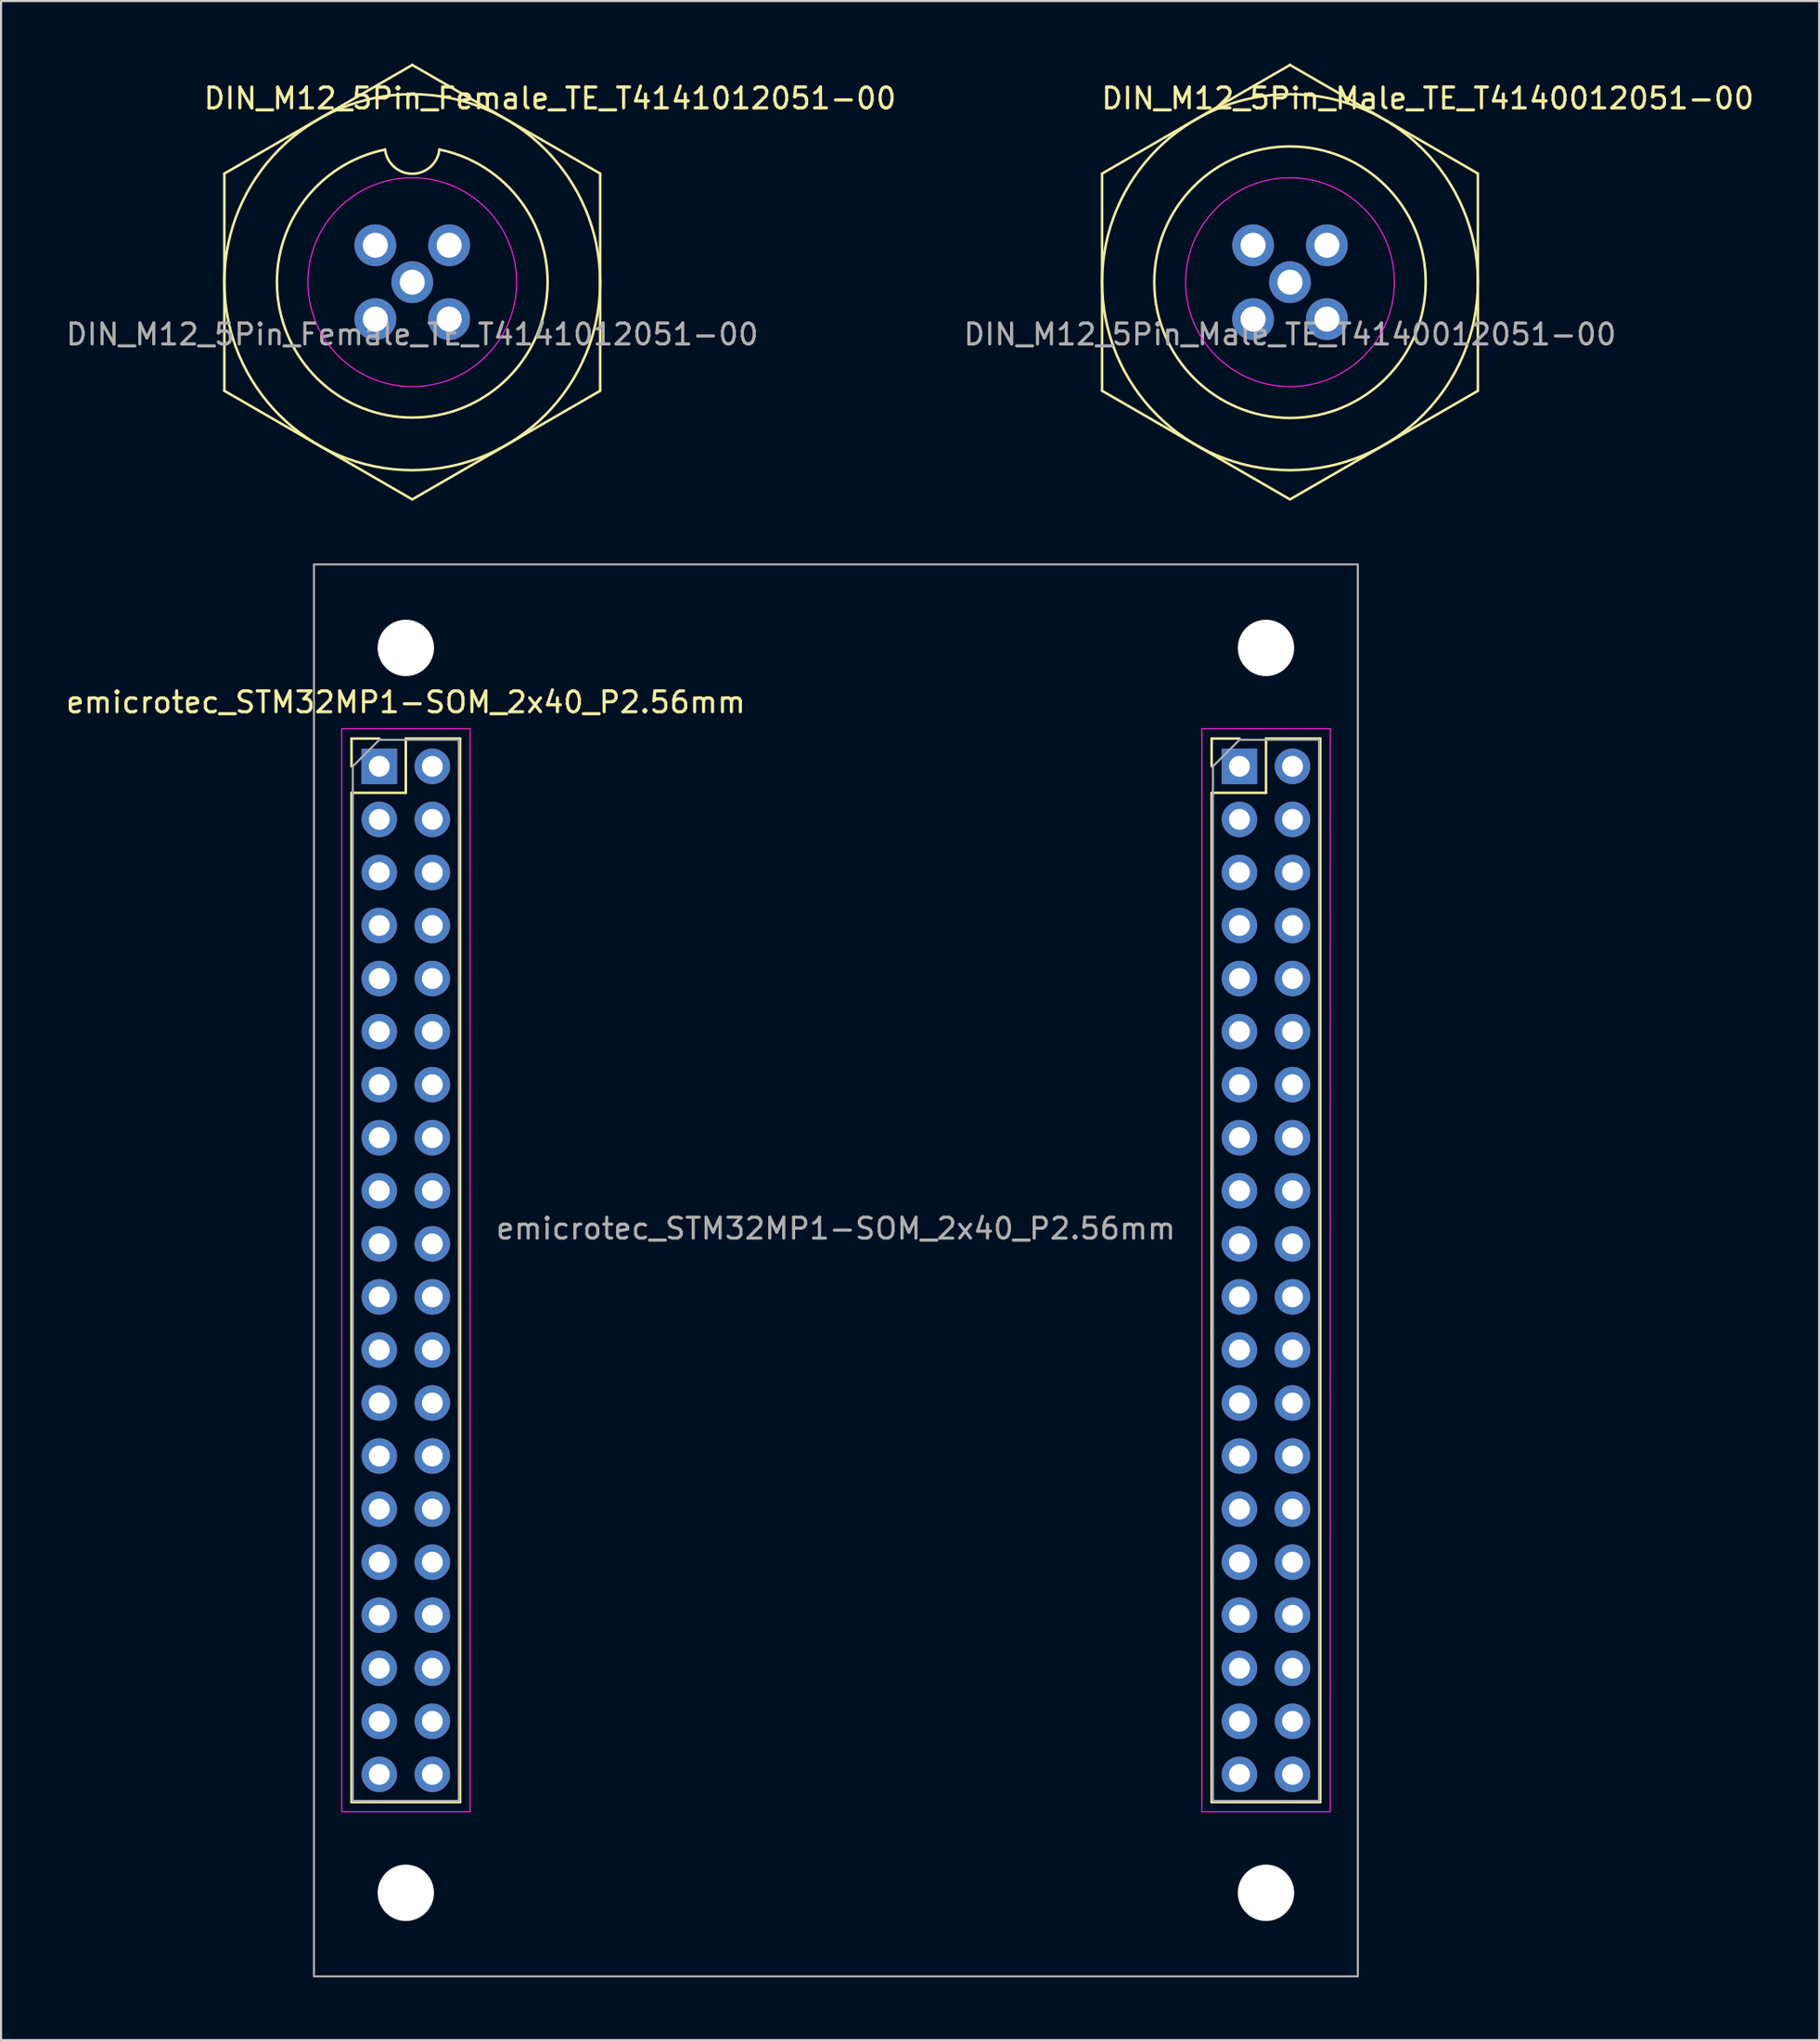
<source format=kicad_pcb>
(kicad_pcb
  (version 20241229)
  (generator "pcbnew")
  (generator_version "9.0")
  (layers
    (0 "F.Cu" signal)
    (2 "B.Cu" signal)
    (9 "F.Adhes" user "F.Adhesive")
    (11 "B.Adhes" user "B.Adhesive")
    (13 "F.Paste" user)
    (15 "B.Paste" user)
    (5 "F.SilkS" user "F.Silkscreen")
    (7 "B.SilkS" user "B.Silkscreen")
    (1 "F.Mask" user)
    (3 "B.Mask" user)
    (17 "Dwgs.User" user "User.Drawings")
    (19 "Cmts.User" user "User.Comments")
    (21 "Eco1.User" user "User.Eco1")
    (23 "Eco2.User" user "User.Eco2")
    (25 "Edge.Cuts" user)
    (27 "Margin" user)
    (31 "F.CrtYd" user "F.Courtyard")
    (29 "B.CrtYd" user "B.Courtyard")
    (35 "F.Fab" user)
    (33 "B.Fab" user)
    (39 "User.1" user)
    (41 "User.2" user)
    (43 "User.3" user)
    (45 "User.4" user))
  (footprint "emicrotec_STM32MP1-SOM_2x40_P2.56mm"
    (layer "F.Cu")
    (at 36.987 57.77)
    (property "Reference" "emicrotec_STM32MP1-SOM_2x40_P2.56mm" (at -20.6 -27.2 0) (layer "F.SilkS") (effects (font (size 1 1) (thickness 0.15))))
    (attr through_hole)
    (fp_line (start -23.2 -25.46) (end -21.87 -25.46) (stroke (width 0.12) (type solid)) (layer "F.SilkS"))
    (fp_line (start -23.2 -24.13) (end -23.2 -25.46) (stroke (width 0.12) (type solid)) (layer "F.SilkS"))
    (fp_line (start -23.2 -22.86) (end -23.2 25.46) (stroke (width 0.12) (type solid)) (layer "F.SilkS"))
    (fp_line (start -23.2 -22.86) (end -20.6 -22.86) (stroke (width 0.12) (type solid)) (layer "F.SilkS"))
    (fp_line (start -23.2 25.46) (end -18 25.46) (stroke (width 0.12) (type solid)) (layer "F.SilkS"))
    (fp_line (start -20.6 -25.46) (end -18 -25.46) (stroke (width 0.12) (type solid)) (layer "F.SilkS"))
    (fp_line (start -20.6 -22.86) (end -20.6 -25.46) (stroke (width 0.12) (type solid)) (layer "F.SilkS"))
    (fp_line (start -18 -25.46) (end -18 25.46) (stroke (width 0.12) (type solid)) (layer "F.SilkS"))
    (fp_line (start 18 -25.46) (end 19.33 -25.46) (stroke (width 0.12) (type solid)) (layer "F.SilkS"))
    (fp_line (start 18 -24.13) (end 18 -25.46) (stroke (width 0.12) (type solid)) (layer "F.SilkS"))
    (fp_line (start 18 -22.86) (end 18 25.46) (stroke (width 0.12) (type solid)) (layer "F.SilkS"))
    (fp_line (start 18 -22.86) (end 20.6 -22.86) (stroke (width 0.12) (type solid)) (layer "F.SilkS"))
    (fp_line (start 18 25.46) (end 23.2 25.46) (stroke (width 0.12) (type solid)) (layer "F.SilkS"))
    (fp_line (start 20.6 -25.46) (end 23.2 -25.46) (stroke (width 0.12) (type solid)) (layer "F.SilkS"))
    (fp_line (start 20.6 -22.86) (end 20.6 -25.46) (stroke (width 0.12) (type solid)) (layer "F.SilkS"))
    (fp_line (start 23.2 -25.46) (end 23.2 25.46) (stroke (width 0.12) (type solid)) (layer "F.SilkS"))
    (fp_line (start -23.67 -25.93) (end -23.67 25.92) (stroke (width 0.05) (type solid)) (layer "F.CrtYd"))
    (fp_line (start -23.67 25.92) (end -17.52 25.92) (stroke (width 0.05) (type solid)) (layer "F.CrtYd"))
    (fp_line (start -17.52 -25.93) (end -23.67 -25.93) (stroke (width 0.05) (type solid)) (layer "F.CrtYd"))
    (fp_line (start -17.52 25.92) (end -17.52 -25.93) (stroke (width 0.05) (type solid)) (layer "F.CrtYd"))
    (fp_line (start 17.53 -25.93) (end 17.53 25.92) (stroke (width 0.05) (type solid)) (layer "F.CrtYd"))
    (fp_line (start 17.53 25.92) (end 23.68 25.92) (stroke (width 0.05) (type solid)) (layer "F.CrtYd"))
    (fp_line (start 23.68 -25.93) (end 17.53 -25.93) (stroke (width 0.05) (type solid)) (layer "F.CrtYd"))
    (fp_line (start 23.68 25.92) (end 23.68 -25.93) (stroke (width 0.05) (type solid)) (layer "F.CrtYd"))
    (fp_line (start -23.14 -24.13) (end -21.87 -25.4) (stroke (width 0.1) (type solid)) (layer "F.Fab"))
    (fp_line (start -23.14 25.4) (end -23.14 -24.13) (stroke (width 0.1) (type solid)) (layer "F.Fab"))
    (fp_line (start -21.87 -25.4) (end -18.06 -25.4) (stroke (width 0.1) (type solid)) (layer "F.Fab"))
    (fp_line (start -18.06 -25.4) (end -18.06 25.4) (stroke (width 0.1) (type solid)) (layer "F.Fab"))
    (fp_line (start -18.06 25.4) (end -23.14 25.4) (stroke (width 0.1) (type solid)) (layer "F.Fab"))
    (fp_line (start 18.06 -24.13) (end 19.33 -25.4) (stroke (width 0.1) (type solid)) (layer "F.Fab"))
    (fp_line (start 18.06 25.4) (end 18.06 -24.13) (stroke (width 0.1) (type solid)) (layer "F.Fab"))
    (fp_line (start 19.33 -25.4) (end 23.14 -25.4) (stroke (width 0.1) (type solid)) (layer "F.Fab"))
    (fp_line (start 23.14 -25.4) (end 23.14 25.4) (stroke (width 0.1) (type solid)) (layer "F.Fab"))
    (fp_line (start 23.14 25.4) (end 18.06 25.4) (stroke (width 0.1) (type solid)) (layer "F.Fab"))
    (fp_rect (start -25 -33.8) (end 25 33.8) (stroke (width 0.1) (type solid)) (fill no) (layer "F.Fab"))
    (fp_text user "${REFERENCE}" (at 0 -2 180) (layer "F.Fab") (effects (font (size 1 1) (thickness 0.15))))
    (pad "" np_thru_hole circle (at -20.6 -29.8) (size 2.7 2.7) (drill 2.7) (layers "*.Cu" "*.Mask"))
    (pad "" np_thru_hole circle (at -20.6 29.8) (size 2.7 2.7) (drill 2.7) (layers "*.Cu" "*.Mask"))
    (pad "" np_thru_hole circle (at 20.6 -29.8) (size 2.7 2.7) (drill 2.7) (layers "*.Cu" "*.Mask"))
    (pad "" np_thru_hole circle (at 20.6 29.8) (size 2.7 2.7) (drill 2.7) (layers "*.Cu" "*.Mask"))
    (pad "1" thru_hole rect (at -21.87 -24.13) (size 1.7 1.7) (drill 1) (layers "*.Cu" "*.Mask"))
    (pad "2" thru_hole oval (at -19.33 -24.13) (size 1.7 1.7) (drill 1) (layers "*.Cu" "*.Mask"))
    (pad "3" thru_hole oval (at -21.87 -21.59) (size 1.7 1.7) (drill 1) (layers "*.Cu" "*.Mask"))
    (pad "4" thru_hole oval (at -19.33 -21.59) (size 1.7 1.7) (drill 1) (layers "*.Cu" "*.Mask"))
    (pad "5" thru_hole oval (at -21.87 -19.05) (size 1.7 1.7) (drill 1) (layers "*.Cu" "*.Mask"))
    (pad "6" thru_hole oval (at -19.33 -19.05) (size 1.7 1.7) (drill 1) (layers "*.Cu" "*.Mask"))
    (pad "7" thru_hole oval (at -21.87 -16.51) (size 1.7 1.7) (drill 1) (layers "*.Cu" "*.Mask"))
    (pad "8" thru_hole oval (at -19.33 -16.51) (size 1.7 1.7) (drill 1) (layers "*.Cu" "*.Mask"))
    (pad "9" thru_hole oval (at -21.87 -13.97) (size 1.7 1.7) (drill 1) (layers "*.Cu" "*.Mask"))
    (pad "10" thru_hole oval (at -19.33 -13.97) (size 1.7 1.7) (drill 1) (layers "*.Cu" "*.Mask"))
    (pad "11" thru_hole oval (at -21.87 -11.43) (size 1.7 1.7) (drill 1) (layers "*.Cu" "*.Mask"))
    (pad "12" thru_hole oval (at -19.33 -11.43) (size 1.7 1.7) (drill 1) (layers "*.Cu" "*.Mask"))
    (pad "13" thru_hole oval (at -21.87 -8.89) (size 1.7 1.7) (drill 1) (layers "*.Cu" "*.Mask"))
    (pad "14" thru_hole oval (at -19.33 -8.89) (size 1.7 1.7) (drill 1) (layers "*.Cu" "*.Mask"))
    (pad "15" thru_hole oval (at -21.87 -6.35) (size 1.7 1.7) (drill 1) (layers "*.Cu" "*.Mask"))
    (pad "16" thru_hole oval (at -19.33 -6.35) (size 1.7 1.7) (drill 1) (layers "*.Cu" "*.Mask"))
    (pad "17" thru_hole oval (at -21.87 -3.81) (size 1.7 1.7) (drill 1) (layers "*.Cu" "*.Mask"))
    (pad "18" thru_hole oval (at -19.33 -3.81) (size 1.7 1.7) (drill 1) (layers "*.Cu" "*.Mask"))
    (pad "19" thru_hole oval (at -21.87 -1.27) (size 1.7 1.7) (drill 1) (layers "*.Cu" "*.Mask"))
    (pad "20" thru_hole oval (at -19.33 -1.27) (size 1.7 1.7) (drill 1) (layers "*.Cu" "*.Mask"))
    (pad "21" thru_hole oval (at -21.87 1.27) (size 1.7 1.7) (drill 1) (layers "*.Cu" "*.Mask"))
    (pad "22" thru_hole oval (at -19.33 1.27) (size 1.7 1.7) (drill 1) (layers "*.Cu" "*.Mask"))
    (pad "23" thru_hole oval (at -21.87 3.81) (size 1.7 1.7) (drill 1) (layers "*.Cu" "*.Mask"))
    (pad "24" thru_hole oval (at -19.33 3.81) (size 1.7 1.7) (drill 1) (layers "*.Cu" "*.Mask"))
    (pad "25" thru_hole oval (at -21.87 6.35) (size 1.7 1.7) (drill 1) (layers "*.Cu" "*.Mask"))
    (pad "26" thru_hole oval (at -19.33 6.35) (size 1.7 1.7) (drill 1) (layers "*.Cu" "*.Mask"))
    (pad "27" thru_hole oval (at -21.87 8.89) (size 1.7 1.7) (drill 1) (layers "*.Cu" "*.Mask"))
    (pad "28" thru_hole oval (at -19.33 8.89) (size 1.7 1.7) (drill 1) (layers "*.Cu" "*.Mask"))
    (pad "29" thru_hole oval (at -21.87 11.43) (size 1.7 1.7) (drill 1) (layers "*.Cu" "*.Mask"))
    (pad "30" thru_hole oval (at -19.33 11.43) (size 1.7 1.7) (drill 1) (layers "*.Cu" "*.Mask"))
    (pad "31" thru_hole oval (at -21.87 13.97) (size 1.7 1.7) (drill 1) (layers "*.Cu" "*.Mask"))
    (pad "32" thru_hole oval (at -19.33 13.97) (size 1.7 1.7) (drill 1) (layers "*.Cu" "*.Mask"))
    (pad "33" thru_hole oval (at -21.87 16.51) (size 1.7 1.7) (drill 1) (layers "*.Cu" "*.Mask"))
    (pad "34" thru_hole oval (at -19.33 16.51) (size 1.7 1.7) (drill 1) (layers "*.Cu" "*.Mask"))
    (pad "35" thru_hole oval (at -21.87 19.05) (size 1.7 1.7) (drill 1) (layers "*.Cu" "*.Mask"))
    (pad "36" thru_hole oval (at -19.33 19.05) (size 1.7 1.7) (drill 1) (layers "*.Cu" "*.Mask"))
    (pad "37" thru_hole oval (at -21.87 21.59) (size 1.7 1.7) (drill 1) (layers "*.Cu" "*.Mask"))
    (pad "38" thru_hole oval (at -19.33 21.59) (size 1.7 1.7) (drill 1) (layers "*.Cu" "*.Mask"))
    (pad "39" thru_hole oval (at -21.87 24.13) (size 1.7 1.7) (drill 1) (layers "*.Cu" "*.Mask"))
    (pad "40" thru_hole oval (at -19.33 24.13) (size 1.7 1.7) (drill 1) (layers "*.Cu" "*.Mask"))
    (pad "41" thru_hole rect (at 19.33 -24.13) (size 1.7 1.7) (drill 1) (layers "*.Cu" "*.Mask"))
    (pad "42" thru_hole oval (at 21.87 -24.13) (size 1.7 1.7) (drill 1) (layers "*.Cu" "*.Mask"))
    (pad "43" thru_hole oval (at 19.33 -21.59) (size 1.7 1.7) (drill 1) (layers "*.Cu" "*.Mask"))
    (pad "44" thru_hole oval (at 21.87 -21.59) (size 1.7 1.7) (drill 1) (layers "*.Cu" "*.Mask"))
    (pad "45" thru_hole oval (at 19.33 -19.05) (size 1.7 1.7) (drill 1) (layers "*.Cu" "*.Mask"))
    (pad "46" thru_hole oval (at 21.87 -19.05) (size 1.7 1.7) (drill 1) (layers "*.Cu" "*.Mask"))
    (pad "47" thru_hole oval (at 19.33 -16.51) (size 1.7 1.7) (drill 1) (layers "*.Cu" "*.Mask"))
    (pad "48" thru_hole oval (at 21.87 -16.51) (size 1.7 1.7) (drill 1) (layers "*.Cu" "*.Mask"))
    (pad "49" thru_hole oval (at 19.33 -13.97) (size 1.7 1.7) (drill 1) (layers "*.Cu" "*.Mask"))
    (pad "50" thru_hole oval (at 21.87 -13.97) (size 1.7 1.7) (drill 1) (layers "*.Cu" "*.Mask"))
    (pad "51" thru_hole oval (at 19.33 -11.43) (size 1.7 1.7) (drill 1) (layers "*.Cu" "*.Mask"))
    (pad "52" thru_hole oval (at 21.87 -11.43) (size 1.7 1.7) (drill 1) (layers "*.Cu" "*.Mask"))
    (pad "53" thru_hole oval (at 19.33 -8.89) (size 1.7 1.7) (drill 1) (layers "*.Cu" "*.Mask"))
    (pad "54" thru_hole oval (at 21.87 -8.89) (size 1.7 1.7) (drill 1) (layers "*.Cu" "*.Mask"))
    (pad "55" thru_hole oval (at 19.33 -6.35) (size 1.7 1.7) (drill 1) (layers "*.Cu" "*.Mask"))
    (pad "56" thru_hole oval (at 21.87 -6.35) (size 1.7 1.7) (drill 1) (layers "*.Cu" "*.Mask"))
    (pad "57" thru_hole oval (at 19.33 -3.81) (size 1.7 1.7) (drill 1) (layers "*.Cu" "*.Mask"))
    (pad "58" thru_hole oval (at 21.87 -3.81) (size 1.7 1.7) (drill 1) (layers "*.Cu" "*.Mask"))
    (pad "59" thru_hole oval (at 19.33 -1.27) (size 1.7 1.7) (drill 1) (layers "*.Cu" "*.Mask"))
    (pad "60" thru_hole oval (at 21.87 -1.27) (size 1.7 1.7) (drill 1) (layers "*.Cu" "*.Mask"))
    (pad "61" thru_hole oval (at 19.33 1.27) (size 1.7 1.7) (drill 1) (layers "*.Cu" "*.Mask"))
    (pad "62" thru_hole oval (at 21.87 1.27) (size 1.7 1.7) (drill 1) (layers "*.Cu" "*.Mask"))
    (pad "63" thru_hole oval (at 19.33 3.81) (size 1.7 1.7) (drill 1) (layers "*.Cu" "*.Mask"))
    (pad "64" thru_hole oval (at 21.87 3.81) (size 1.7 1.7) (drill 1) (layers "*.Cu" "*.Mask"))
    (pad "65" thru_hole oval (at 19.33 6.35) (size 1.7 1.7) (drill 1) (layers "*.Cu" "*.Mask"))
    (pad "66" thru_hole oval (at 21.87 6.35) (size 1.7 1.7) (drill 1) (layers "*.Cu" "*.Mask"))
    (pad "67" thru_hole oval (at 19.33 8.89) (size 1.7 1.7) (drill 1) (layers "*.Cu" "*.Mask"))
    (pad "68" thru_hole oval (at 21.87 8.89) (size 1.7 1.7) (drill 1) (layers "*.Cu" "*.Mask"))
    (pad "69" thru_hole oval (at 19.33 11.43) (size 1.7 1.7) (drill 1) (layers "*.Cu" "*.Mask"))
    (pad "70" thru_hole oval (at 21.87 11.43) (size 1.7 1.7) (drill 1) (layers "*.Cu" "*.Mask"))
    (pad "71" thru_hole oval (at 19.33 13.97) (size 1.7 1.7) (drill 1) (layers "*.Cu" "*.Mask"))
    (pad "72" thru_hole oval (at 21.87 13.97) (size 1.7 1.7) (drill 1) (layers "*.Cu" "*.Mask"))
    (pad "73" thru_hole oval (at 19.33 16.51) (size 1.7 1.7) (drill 1) (layers "*.Cu" "*.Mask"))
    (pad "74" thru_hole oval (at 21.87 16.51) (size 1.7 1.7) (drill 1) (layers "*.Cu" "*.Mask"))
    (pad "75" thru_hole oval (at 19.33 19.05) (size 1.7 1.7) (drill 1) (layers "*.Cu" "*.Mask"))
    (pad "76" thru_hole oval (at 21.87 19.05) (size 1.7 1.7) (drill 1) (layers "*.Cu" "*.Mask"))
    (pad "77" thru_hole oval (at 19.33 21.59) (size 1.7 1.7) (drill 1) (layers "*.Cu" "*.Mask"))
    (pad "78" thru_hole oval (at 21.87 21.59) (size 1.7 1.7) (drill 1) (layers "*.Cu" "*.Mask"))
    (pad "79" thru_hole oval (at 19.33 24.13) (size 1.7 1.7) (drill 1) (layers "*.Cu" "*.Mask"))
    (pad "80" thru_hole oval (at 21.87 24.13) (size 1.7 1.7) (drill 1) (layers "*.Cu" "*.Mask")))
  (footprint "DIN_M12_5Pin_Female_TE_T4141012051-00"
    (layer "F.Cu")
    (at 16.696 10.46)
    (property "Reference" "DIN_M12_5Pin_Female_TE_T4141012051-00" (at 6.6 -8.8 0) (unlocked yes) (layer "F.SilkS") (effects (font (size 1 1) (thickness 0.15))))
    (attr through_hole)
    (fp_line (start -9 -5.2) (end -9 5.2) (stroke (width 0.12) (type default)) (layer "F.SilkS"))
    (fp_line (start -9 5.2) (end 0 10.4) (stroke (width 0.12) (type default)) (layer "F.SilkS"))
    (fp_line (start 0 -10.4) (end -9 -5.2) (stroke (width 0.12) (type default)) (layer "F.SilkS"))
    (fp_line (start 0 10.4) (end 9 5.2) (stroke (width 0.12) (type default)) (layer "F.SilkS"))
    (fp_line (start 9 -5.2) (end 0 -10.4) (stroke (width 0.12) (type default)) (layer "F.SilkS"))
    (fp_line (start 9 0) (end 9 -5.2) (stroke (width 0.12) (type default)) (layer "F.SilkS"))
    (fp_line (start 9 5.2) (end 9 0) (stroke (width 0.12) (type default)) (layer "F.SilkS"))
    (fp_arc (start 1.3 -6.35) (mid 0 -5.191375) (end -1.3 -6.35) (stroke (width 0.12) (type default)) (layer "F.SilkS"))
    (fp_arc (start 1.3 -6.35) (mid 0 6.481705) (end -1.3 -6.35) (stroke (width 0.12) (type default)) (layer "F.SilkS"))
    (fp_circle (center 0 0) (end 9 0) (stroke (width 0.12) (type default)) (fill no) (layer "F.SilkS"))
    (fp_circle (center 0 0) (end 5 0) (stroke (width 0.05) (type default)) (fill no) (layer "F.CrtYd"))
    (fp_text user "${REFERENCE}" (at 0 2.5 0) (unlocked yes) (layer "F.Fab") (effects (font (size 1 1) (thickness 0.15))))
    (pad "1" thru_hole circle (at -1.768 -1.768) (size 2 2) (drill 1.2) (layers "*.Cu" "*.Mask"))
    (pad "2" thru_hole circle (at 1.768 -1.768) (size 2 2) (drill 1.2) (layers "*.Cu" "*.Mask"))
    (pad "3" thru_hole circle (at 1.768 1.768) (size 2 2) (drill 1.2) (layers "*.Cu" "*.Mask"))
    (pad "4" thru_hole circle (at -1.768 1.768) (size 2 2) (drill 1.2) (layers "*.Cu" "*.Mask"))
    (pad "5" thru_hole circle (at 0 0) (size 2 2) (drill 1.2) (layers "*.Cu" "*.Mask")))
  (footprint "DIN_M12_5Pin_Male_TE_T4140012051-00"
    (layer "F.Cu")
    (at 58.737 10.46)
    (property "Reference" "DIN_M12_5Pin_Male_TE_T4140012051-00" (at 6.6 -8.8 0) (unlocked yes) (layer "F.SilkS") (effects (font (size 1 1) (thickness 0.15))))
    (attr through_hole)
    (fp_line (start -9 -5.2) (end -9 5.2) (stroke (width 0.12) (type default)) (layer "F.SilkS"))
    (fp_line (start -9 5.2) (end 0 10.4) (stroke (width 0.12) (type default)) (layer "F.SilkS"))
    (fp_line (start 0 -10.4) (end -9 -5.2) (stroke (width 0.12) (type default)) (layer "F.SilkS"))
    (fp_line (start 0 10.4) (end 9 5.2) (stroke (width 0.12) (type default)) (layer "F.SilkS"))
    (fp_line (start 9 -5.2) (end 0 -10.4) (stroke (width 0.12) (type default)) (layer "F.SilkS"))
    (fp_line (start 9 0) (end 9 -5.2) (stroke (width 0.12) (type default)) (layer "F.SilkS"))
    (fp_line (start 9 5.2) (end 9 0) (stroke (width 0.12) (type default)) (layer "F.SilkS"))
    (fp_circle (center 0 0) (end 6.5 0) (stroke (width 0.12) (type default)) (fill no) (layer "F.SilkS"))
    (fp_circle (center 0 0) (end 9 0) (stroke (width 0.12) (type default)) (fill no) (layer "F.SilkS"))
    (fp_circle (center 0 0) (end 5 0) (stroke (width 0.05) (type default)) (fill no) (layer "F.CrtYd"))
    (fp_text user "${REFERENCE}" (at 0 2.5 0) (unlocked yes) (layer "F.Fab") (effects (font (size 1 1) (thickness 0.15))))
    (pad "1" thru_hole circle (at 1.768 -1.768) (size 2 2) (drill 1.2) (layers "*.Cu" "*.Mask"))
    (pad "2" thru_hole circle (at -1.768 -1.768) (size 2 2) (drill 1.2) (layers "*.Cu" "*.Mask"))
    (pad "3" thru_hole circle (at -1.768 1.768) (size 2 2) (drill 1.2) (layers "*.Cu" "*.Mask"))
    (pad "4" thru_hole circle (at 1.768 1.768) (size 2 2) (drill 1.2) (layers "*.Cu" "*.Mask"))
    (pad "5" thru_hole circle (at 0 0) (size 2 2) (drill 1.2) (layers "*.Cu" "*.Mask")))
  (gr_rect
    (start -3 -3)
    (end 84.081 94.62)
    (stroke (width 0.1) (type default))
    (fill no)
    (layer "Edge.Cuts")))
</source>
